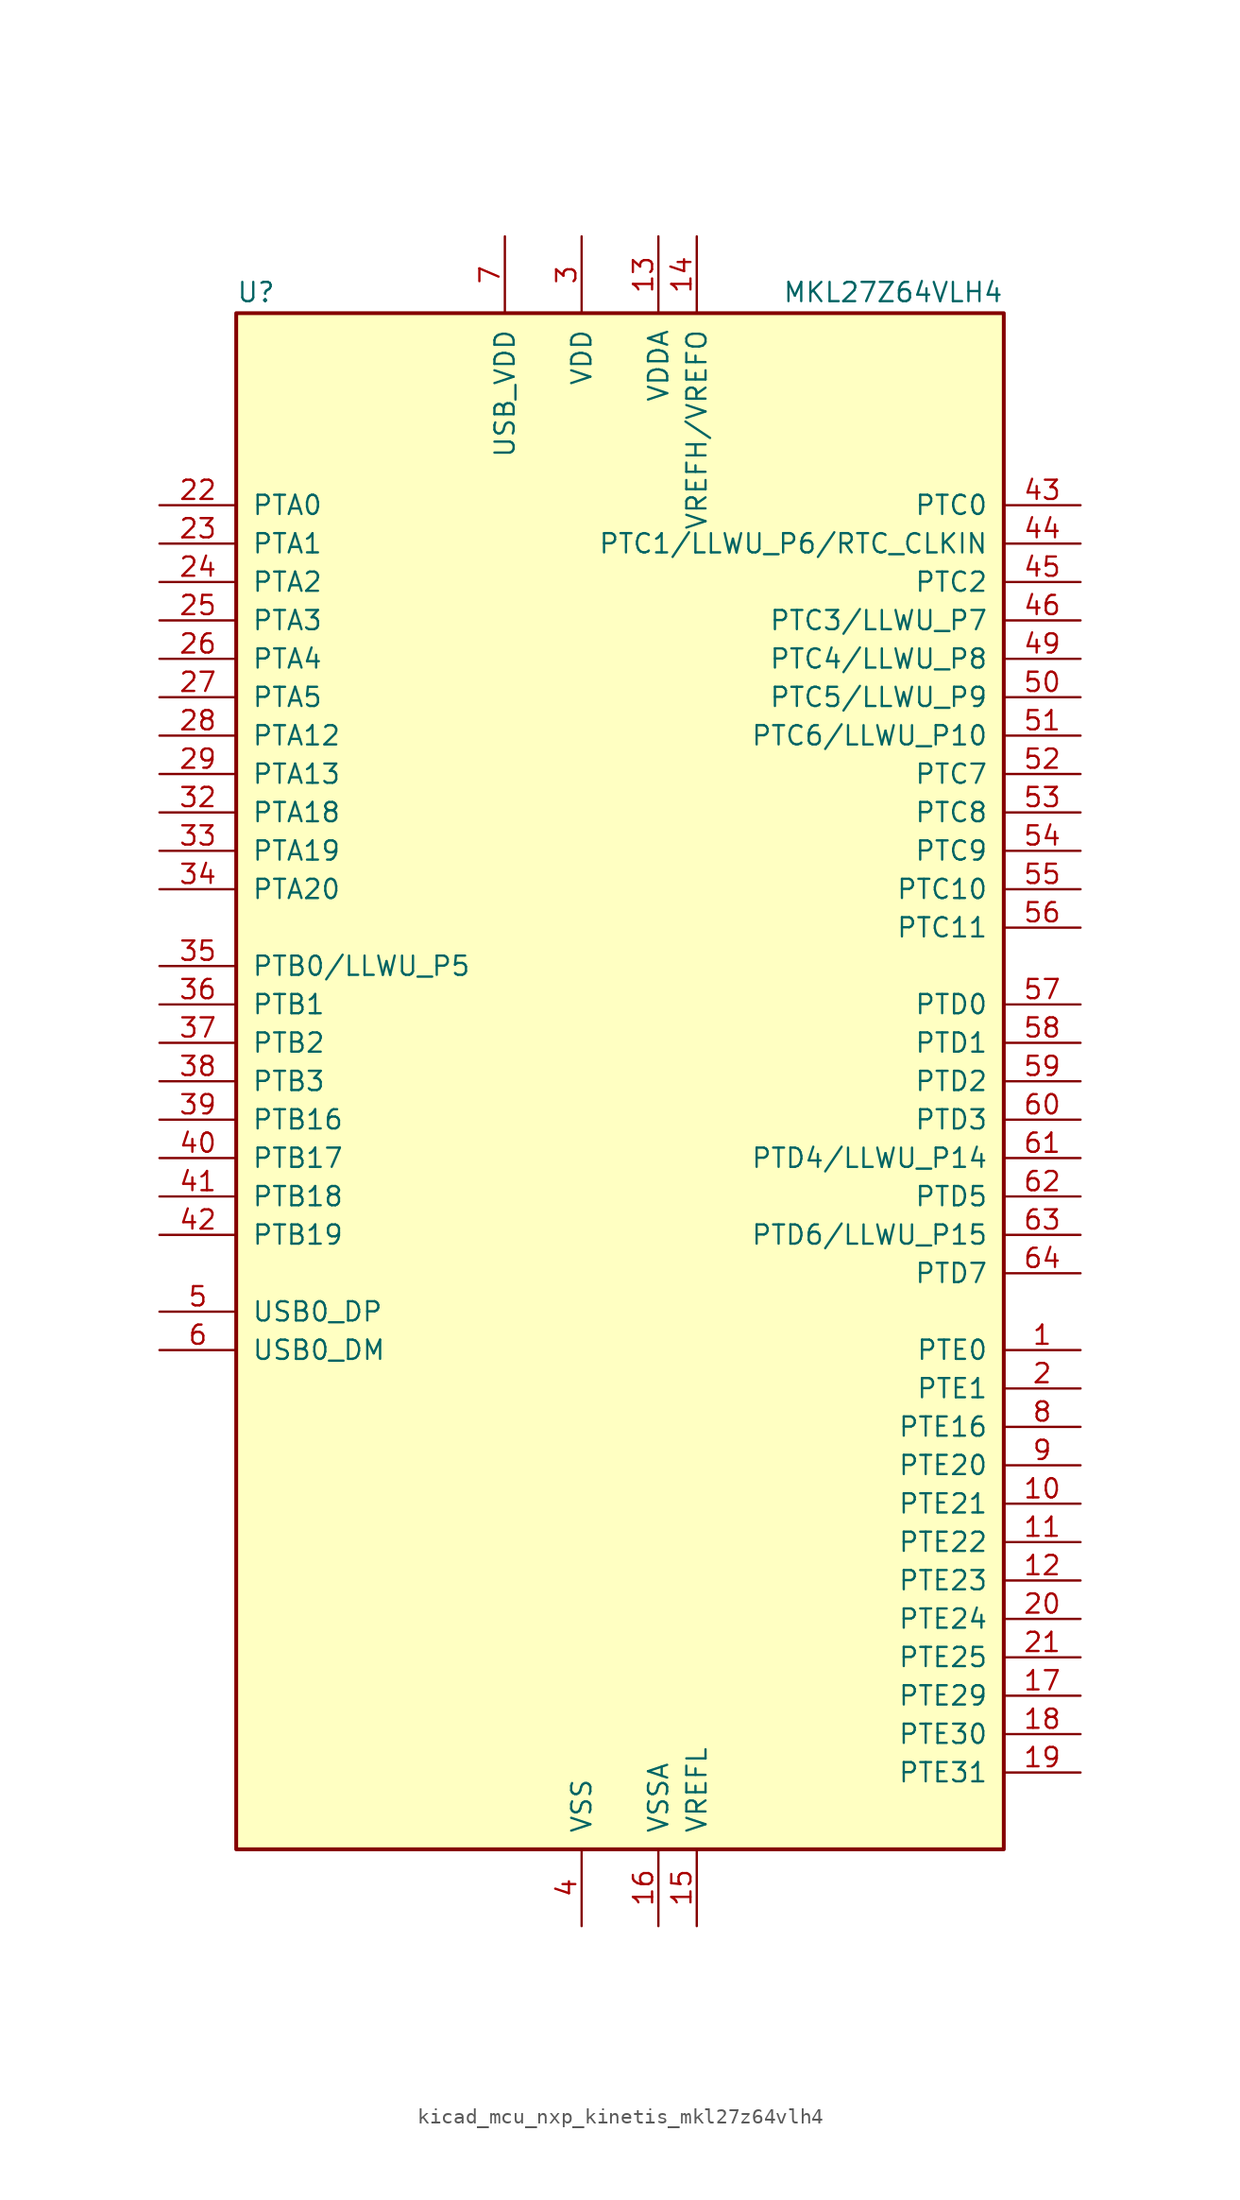
<source format=kicad_sym>
(kicad_symbol_lib
  (version 20220914)
  (generator kicad_symbol_editor)
  (symbol "kicad_mcu_nxp_kinetis_mkl27z64vlh4"
    (pin_names
      (offset 1.016))
    (property "Reference" "U"
      (at -25.4 51.435 0)
      (effects (font (size 1.27 1.27)) (justify left bottom)))
    (property "Value" "MKL27Z64VLH4"
      (at 25.4 51.435 0)
      (effects (font (size 1.27 1.27)) (justify right bottom)))
    (symbol "kicad_mcu_nxp_kinetis_mkl27z64vlh4_0_1"
      (rectangle (start -25.4 50.8) (end 25.4 -50.8) (stroke (width 0.254) (type default)) (fill (type background))))
    (symbol "kicad_mcu_nxp_kinetis_mkl27z64vlh4_1_1"
      (pin bidirectional line (at 30.48 -17.78 180) (length 5.08) (name "PTE0" (effects (font (size 1.27 1.27)))) (number "1" (effects (font (size 1.27 1.27)))))
      (pin bidirectional line (at 30.48 -27.94 180) (length 5.08) (name "PTE21" (effects (font (size 1.27 1.27)))) (number "10" (effects (font (size 1.27 1.27)))))
      (pin bidirectional line (at 30.48 -30.48 180) (length 5.08) (name "PTE22" (effects (font (size 1.27 1.27)))) (number "11" (effects (font (size 1.27 1.27)))))
      (pin bidirectional line (at 30.48 -33.02 180) (length 5.08) (name "PTE23" (effects (font (size 1.27 1.27)))) (number "12" (effects (font (size 1.27 1.27)))))
      (pin power_in line (at 2.54 55.88 270) (length 5.08) (name "VDDA" (effects (font (size 1.27 1.27)))) (number "13" (effects (font (size 1.27 1.27)))))
      (pin power_in line (at 5.08 55.88 270) (length 5.08) (name "VREFH/VREFO" (effects (font (size 1.27 1.27)))) (number "14" (effects (font (size 1.27 1.27)))))
      (pin power_in line (at 5.08 -55.88 90) (length 5.08) (name "VREFL" (effects (font (size 1.27 1.27)))) (number "15" (effects (font (size 1.27 1.27)))))
      (pin power_in line (at 2.54 -55.88 90) (length 5.08) (name "VSSA" (effects (font (size 1.27 1.27)))) (number "16" (effects (font (size 1.27 1.27)))))
      (pin bidirectional line (at 30.48 -40.64 180) (length 5.08) (name "PTE29" (effects (font (size 1.27 1.27)))) (number "17" (effects (font (size 1.27 1.27)))))
      (pin bidirectional line (at 30.48 -43.18 180) (length 5.08) (name "PTE30" (effects (font (size 1.27 1.27)))) (number "18" (effects (font (size 1.27 1.27)))))
      (pin bidirectional line (at 30.48 -45.72 180) (length 5.08) (name "PTE31" (effects (font (size 1.27 1.27)))) (number "19" (effects (font (size 1.27 1.27)))))
      (pin bidirectional line (at 30.48 -20.32 180) (length 5.08) (name "PTE1" (effects (font (size 1.27 1.27)))) (number "2" (effects (font (size 1.27 1.27)))))
      (pin bidirectional line (at 30.48 -35.56 180) (length 5.08) (name "PTE24" (effects (font (size 1.27 1.27)))) (number "20" (effects (font (size 1.27 1.27)))))
      (pin bidirectional line (at 30.48 -38.1 180) (length 5.08) (name "PTE25" (effects (font (size 1.27 1.27)))) (number "21" (effects (font (size 1.27 1.27)))))
      (pin bidirectional line (at -30.48 38.1 0) (length 5.08) (name "PTA0" (effects (font (size 1.27 1.27)))) (number "22" (effects (font (size 1.27 1.27)))))
      (pin bidirectional line (at -30.48 35.56 0) (length 5.08) (name "PTA1" (effects (font (size 1.27 1.27)))) (number "23" (effects (font (size 1.27 1.27)))))
      (pin bidirectional line (at -30.48 33.02 0) (length 5.08) (name "PTA2" (effects (font (size 1.27 1.27)))) (number "24" (effects (font (size 1.27 1.27)))))
      (pin bidirectional line (at -30.48 30.48 0) (length 5.08) (name "PTA3" (effects (font (size 1.27 1.27)))) (number "25" (effects (font (size 1.27 1.27)))))
      (pin bidirectional line (at -30.48 27.94 0) (length 5.08) (name "PTA4" (effects (font (size 1.27 1.27)))) (number "26" (effects (font (size 1.27 1.27)))))
      (pin bidirectional line (at -30.48 25.4 0) (length 5.08) (name "PTA5" (effects (font (size 1.27 1.27)))) (number "27" (effects (font (size 1.27 1.27)))))
      (pin bidirectional line (at -30.48 22.86 0) (length 5.08) (name "PTA12" (effects (font (size 1.27 1.27)))) (number "28" (effects (font (size 1.27 1.27)))))
      (pin bidirectional line (at -30.48 20.32 0) (length 5.08) (name "PTA13" (effects (font (size 1.27 1.27)))) (number "29" (effects (font (size 1.27 1.27)))))
      (pin power_in line (at -2.54 55.88 270) (length 5.08) (name "VDD" (effects (font (size 1.27 1.27)))) (number "3" (effects (font (size 1.27 1.27)))))
      (pin passive line (at -2.54 55.88 270) (length 5.08) hide (name "VDD" (effects (font (size 1.27 1.27)))) (number "30" (effects (font (size 1.27 1.27)))))
      (pin passive line (at -2.54 -55.88 90) (length 5.08) hide (name "VSS" (effects (font (size 1.27 1.27)))) (number "31" (effects (font (size 1.27 1.27)))))
      (pin bidirectional line (at -30.48 17.78 0) (length 5.08) (name "PTA18" (effects (font (size 1.27 1.27)))) (number "32" (effects (font (size 1.27 1.27)))))
      (pin bidirectional line (at -30.48 15.24 0) (length 5.08) (name "PTA19" (effects (font (size 1.27 1.27)))) (number "33" (effects (font (size 1.27 1.27)))))
      (pin bidirectional line (at -30.48 12.7 0) (length 5.08) (name "PTA20" (effects (font (size 1.27 1.27)))) (number "34" (effects (font (size 1.27 1.27)))))
      (pin bidirectional line (at -30.48 7.62 0) (length 5.08) (name "PTB0/LLWU_P5" (effects (font (size 1.27 1.27)))) (number "35" (effects (font (size 1.27 1.27)))))
      (pin bidirectional line (at -30.48 5.08 0) (length 5.08) (name "PTB1" (effects (font (size 1.27 1.27)))) (number "36" (effects (font (size 1.27 1.27)))))
      (pin bidirectional line (at -30.48 2.54 0) (length 5.08) (name "PTB2" (effects (font (size 1.27 1.27)))) (number "37" (effects (font (size 1.27 1.27)))))
      (pin bidirectional line (at -30.48 0 0) (length 5.08) (name "PTB3" (effects (font (size 1.27 1.27)))) (number "38" (effects (font (size 1.27 1.27)))))
      (pin bidirectional line (at -30.48 -2.54 0) (length 5.08) (name "PTB16" (effects (font (size 1.27 1.27)))) (number "39" (effects (font (size 1.27 1.27)))))
      (pin power_in line (at -2.54 -55.88 90) (length 5.08) (name "VSS" (effects (font (size 1.27 1.27)))) (number "4" (effects (font (size 1.27 1.27)))))
      (pin bidirectional line (at -30.48 -5.08 0) (length 5.08) (name "PTB17" (effects (font (size 1.27 1.27)))) (number "40" (effects (font (size 1.27 1.27)))))
      (pin bidirectional line (at -30.48 -7.62 0) (length 5.08) (name "PTB18" (effects (font (size 1.27 1.27)))) (number "41" (effects (font (size 1.27 1.27)))))
      (pin bidirectional line (at -30.48 -10.16 0) (length 5.08) (name "PTB19" (effects (font (size 1.27 1.27)))) (number "42" (effects (font (size 1.27 1.27)))))
      (pin bidirectional line (at 30.48 38.1 180) (length 5.08) (name "PTC0" (effects (font (size 1.27 1.27)))) (number "43" (effects (font (size 1.27 1.27)))))
      (pin bidirectional line (at 30.48 35.56 180) (length 5.08) (name "PTC1/LLWU_P6/RTC_CLKIN" (effects (font (size 1.27 1.27)))) (number "44" (effects (font (size 1.27 1.27)))))
      (pin bidirectional line (at 30.48 33.02 180) (length 5.08) (name "PTC2" (effects (font (size 1.27 1.27)))) (number "45" (effects (font (size 1.27 1.27)))))
      (pin bidirectional line (at 30.48 30.48 180) (length 5.08) (name "PTC3/LLWU_P7" (effects (font (size 1.27 1.27)))) (number "46" (effects (font (size 1.27 1.27)))))
      (pin passive line (at -2.54 -55.88 90) (length 5.08) hide (name "VSS" (effects (font (size 1.27 1.27)))) (number "47" (effects (font (size 1.27 1.27)))))
      (pin passive line (at -2.54 55.88 270) (length 5.08) hide (name "VDD" (effects (font (size 1.27 1.27)))) (number "48" (effects (font (size 1.27 1.27)))))
      (pin bidirectional line (at 30.48 27.94 180) (length 5.08) (name "PTC4/LLWU_P8" (effects (font (size 1.27 1.27)))) (number "49" (effects (font (size 1.27 1.27)))))
      (pin bidirectional line (at -30.48 -15.24 0) (length 5.08) (name "USB0_DP" (effects (font (size 1.27 1.27)))) (number "5" (effects (font (size 1.27 1.27)))))
      (pin bidirectional line (at 30.48 25.4 180) (length 5.08) (name "PTC5/LLWU_P9" (effects (font (size 1.27 1.27)))) (number "50" (effects (font (size 1.27 1.27)))))
      (pin bidirectional line (at 30.48 22.86 180) (length 5.08) (name "PTC6/LLWU_P10" (effects (font (size 1.27 1.27)))) (number "51" (effects (font (size 1.27 1.27)))))
      (pin bidirectional line (at 30.48 20.32 180) (length 5.08) (name "PTC7" (effects (font (size 1.27 1.27)))) (number "52" (effects (font (size 1.27 1.27)))))
      (pin bidirectional line (at 30.48 17.78 180) (length 5.08) (name "PTC8" (effects (font (size 1.27 1.27)))) (number "53" (effects (font (size 1.27 1.27)))))
      (pin bidirectional line (at 30.48 15.24 180) (length 5.08) (name "PTC9" (effects (font (size 1.27 1.27)))) (number "54" (effects (font (size 1.27 1.27)))))
      (pin bidirectional line (at 30.48 12.7 180) (length 5.08) (name "PTC10" (effects (font (size 1.27 1.27)))) (number "55" (effects (font (size 1.27 1.27)))))
      (pin bidirectional line (at 30.48 10.16 180) (length 5.08) (name "PTC11" (effects (font (size 1.27 1.27)))) (number "56" (effects (font (size 1.27 1.27)))))
      (pin bidirectional line (at 30.48 5.08 180) (length 5.08) (name "PTD0" (effects (font (size 1.27 1.27)))) (number "57" (effects (font (size 1.27 1.27)))))
      (pin bidirectional line (at 30.48 2.54 180) (length 5.08) (name "PTD1" (effects (font (size 1.27 1.27)))) (number "58" (effects (font (size 1.27 1.27)))))
      (pin bidirectional line (at 30.48 0 180) (length 5.08) (name "PTD2" (effects (font (size 1.27 1.27)))) (number "59" (effects (font (size 1.27 1.27)))))
      (pin bidirectional line (at -30.48 -17.78 0) (length 5.08) (name "USB0_DM" (effects (font (size 1.27 1.27)))) (number "6" (effects (font (size 1.27 1.27)))))
      (pin bidirectional line (at 30.48 -2.54 180) (length 5.08) (name "PTD3" (effects (font (size 1.27 1.27)))) (number "60" (effects (font (size 1.27 1.27)))))
      (pin bidirectional line (at 30.48 -5.08 180) (length 5.08) (name "PTD4/LLWU_P14" (effects (font (size 1.27 1.27)))) (number "61" (effects (font (size 1.27 1.27)))))
      (pin bidirectional line (at 30.48 -7.62 180) (length 5.08) (name "PTD5" (effects (font (size 1.27 1.27)))) (number "62" (effects (font (size 1.27 1.27)))))
      (pin bidirectional line (at 30.48 -10.16 180) (length 5.08) (name "PTD6/LLWU_P15" (effects (font (size 1.27 1.27)))) (number "63" (effects (font (size 1.27 1.27)))))
      (pin bidirectional line (at 30.48 -12.7 180) (length 5.08) (name "PTD7" (effects (font (size 1.27 1.27)))) (number "64" (effects (font (size 1.27 1.27)))))
      (pin power_in line (at -7.62 55.88 270) (length 5.08) (name "USB_VDD" (effects (font (size 1.27 1.27)))) (number "7" (effects (font (size 1.27 1.27)))))
      (pin bidirectional line (at 30.48 -22.86 180) (length 5.08) (name "PTE16" (effects (font (size 1.27 1.27)))) (number "8" (effects (font (size 1.27 1.27)))))
      (pin bidirectional line (at 30.48 -25.4 180) (length 5.08) (name "PTE20" (effects (font (size 1.27 1.27)))) (number "9" (effects (font (size 1.27 1.27))))))))
</source>
